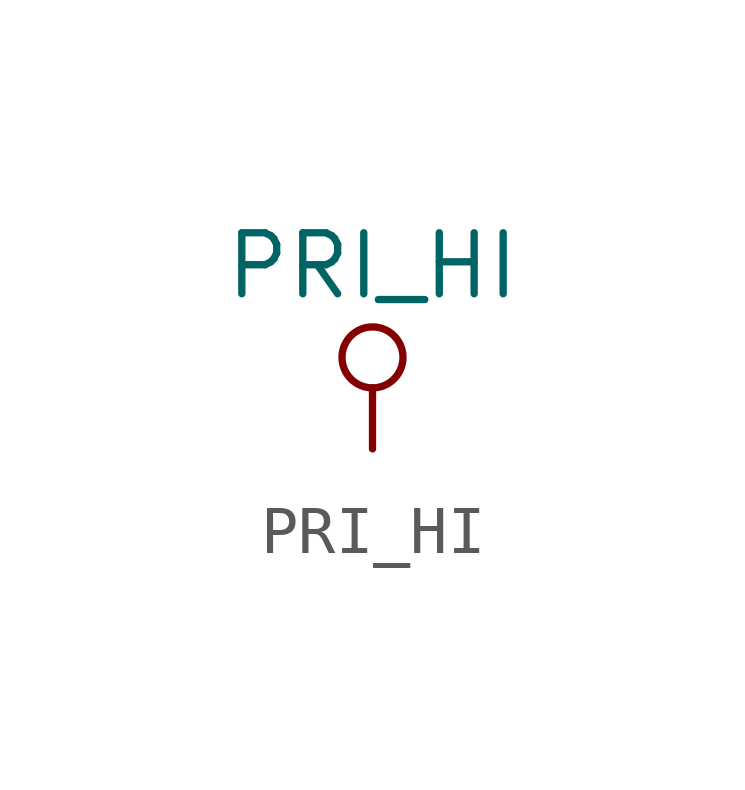
<source format=kicad_sym>
(kicad_symbol_lib
  (version 20220914)
  (generator kicad_symbol_editor)
  (symbol "PRI_HI"
    (power)
    (pin_names
      (offset 0))
    (property "Reference" "#PWR"
      (at 0 -3.81 0)
      (effects (font (size 1.27 1.27)) hide))
    (property "Value" "PRI_HI"
      (at 0 3.81 0)
      (effects (font (size 1.27 1.27))))
    (symbol "PRI_HI_0_1"
      (polyline (pts (xy 0 0) (xy 0 1.27)) (stroke (width 0) (type solid)) (fill (type none)))
      (circle (center 0 1.905) (radius 0.635) (stroke (width 0) (type solid)) (fill (type none))))
    (symbol "PRI_HI_1_1"
      (pin power_in line (at 0 0 90) (length 0) hide (name "PRI_HI" (effects (font (size 1.27 1.27)))) (number "1" (effects (font (size 1.27 1.27))))))))
</source>
